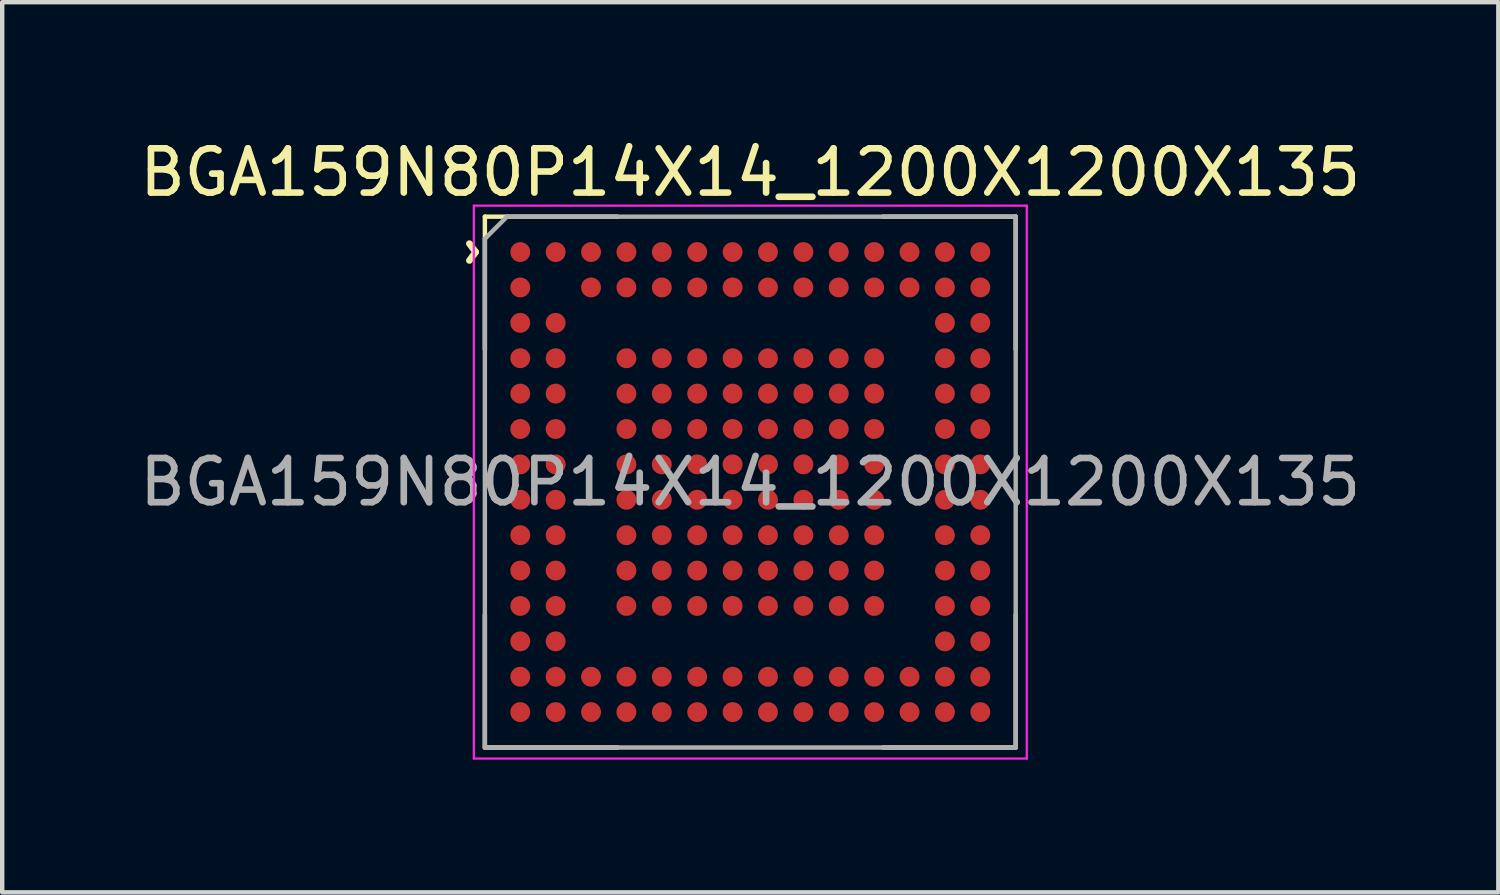
<source format=kicad_pcb>
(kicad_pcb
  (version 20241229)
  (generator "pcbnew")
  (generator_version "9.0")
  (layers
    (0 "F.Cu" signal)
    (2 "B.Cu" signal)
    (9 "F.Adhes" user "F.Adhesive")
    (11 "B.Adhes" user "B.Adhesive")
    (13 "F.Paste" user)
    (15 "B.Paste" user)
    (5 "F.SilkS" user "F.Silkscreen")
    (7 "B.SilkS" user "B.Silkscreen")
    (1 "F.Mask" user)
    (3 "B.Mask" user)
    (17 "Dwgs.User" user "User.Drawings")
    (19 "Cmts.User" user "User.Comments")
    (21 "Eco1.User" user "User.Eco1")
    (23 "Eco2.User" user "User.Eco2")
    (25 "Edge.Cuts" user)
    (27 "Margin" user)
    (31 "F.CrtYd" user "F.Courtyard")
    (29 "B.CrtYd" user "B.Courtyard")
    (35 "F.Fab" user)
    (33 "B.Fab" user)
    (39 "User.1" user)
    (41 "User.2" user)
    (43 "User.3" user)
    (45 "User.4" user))
  (footprint "BGA159N80P14X14_1200X1200X135"
    (layer "F.Cu")
    (at 13.911 7.848)
    (property "Reference" "BGA159N80P14X14_1200X1200X135" (at 0 -7 0) (layer "F.SilkS") (effects (font (size 1 1) (thickness 0.15))))
    (attr smd)
    (fp_line (start -6 -6) (end -3 -6) (stroke (width 0.1) (type solid)) (layer "F.SilkS"))
    (fp_line (start -6 -3) (end -6 -6) (stroke (width 0.1) (type solid)) (layer "F.SilkS"))
    (fp_line (start -6 6) (end -6 3) (stroke (width 0.1) (type solid)) (layer "F.SilkS"))
    (fp_line (start -3 6) (end -6 6) (stroke (width 0.1) (type solid)) (layer "F.SilkS"))
    (fp_line (start 3 -6) (end 6 -6) (stroke (width 0.1) (type solid)) (layer "F.SilkS"))
    (fp_line (start 6 -6) (end 6 -3) (stroke (width 0.1) (type solid)) (layer "F.SilkS"))
    (fp_line (start 6 3) (end 6 6) (stroke (width 0.1) (type solid)) (layer "F.SilkS"))
    (fp_line (start 6 6) (end 3 6) (stroke (width 0.1) (type solid)) (layer "F.SilkS"))
    (fp_line (start -6.25 -6.25) (end 6.25 -6.25) (stroke (width 0.05) (type solid)) (layer "F.CrtYd"))
    (fp_line (start -6.25 6.25) (end -6.25 -6.25) (stroke (width 0.05) (type solid)) (layer "F.CrtYd"))
    (fp_line (start 6.25 -6.25) (end 6.25 6.25) (stroke (width 0.05) (type solid)) (layer "F.CrtYd"))
    (fp_line (start 6.25 6.25) (end -6.25 6.25) (stroke (width 0.05) (type solid)) (layer "F.CrtYd"))
    (fp_line (start -6 -5.5) (end -5.5 -6) (stroke (width 0.1) (type solid)) (layer "F.Fab"))
    (fp_line (start -6 6) (end -6 -5.5) (stroke (width 0.1) (type solid)) (layer "F.Fab"))
    (fp_line (start -5.5 -6) (end 6 -6) (stroke (width 0.1) (type solid)) (layer "F.Fab"))
    (fp_line (start 6 -6) (end 6 6) (stroke (width 0.1) (type solid)) (layer "F.Fab"))
    (fp_line (start 6 6) (end -6 6) (stroke (width 0.1) (type solid)) (layer "F.Fab"))
    (fp_text user "^" (at -6.8 -5.2 270) (unlocked yes) (layer "F.SilkS") (effects (font (size 1 1) (thickness 0.15))))
    (fp_text user "${REFERENCE}" (at 0 0 0) (unlocked yes) (layer "F.Fab") (effects (font (size 1 1) (thickness 0.15))))
    (pad "A1" smd circle (at -5.2 -5.2) (size 0.45 0.45) (layers "F.Cu" "F.Mask" "F.Paste"))
    (pad "A2" smd circle (at -4.4 -5.2) (size 0.45 0.45) (layers "F.Cu" "F.Mask" "F.Paste"))
    (pad "A3" smd circle (at -3.6 -5.2) (size 0.45 0.45) (layers "F.Cu" "F.Mask" "F.Paste"))
    (pad "A4" smd circle (at -2.8 -5.2) (size 0.45 0.45) (layers "F.Cu" "F.Mask" "F.Paste"))
    (pad "A5" smd circle (at -2 -5.2) (size 0.45 0.45) (layers "F.Cu" "F.Mask" "F.Paste"))
    (pad "A6" smd circle (at -1.2 -5.2) (size 0.45 0.45) (layers "F.Cu" "F.Mask" "F.Paste"))
    (pad "A7" smd circle (at -0.4 -5.2) (size 0.45 0.45) (layers "F.Cu" "F.Mask" "F.Paste"))
    (pad "A8" smd circle (at 0.4 -5.2) (size 0.45 0.45) (layers "F.Cu" "F.Mask" "F.Paste"))
    (pad "A9" smd circle (at 1.2 -5.2) (size 0.45 0.45) (layers "F.Cu" "F.Mask" "F.Paste"))
    (pad "A10" smd circle (at 2 -5.2) (size 0.45 0.45) (layers "F.Cu" "F.Mask" "F.Paste"))
    (pad "A11" smd circle (at 2.8 -5.2) (size 0.45 0.45) (layers "F.Cu" "F.Mask" "F.Paste"))
    (pad "A12" smd circle (at 3.6 -5.2) (size 0.45 0.45) (layers "F.Cu" "F.Mask" "F.Paste"))
    (pad "A13" smd circle (at 4.4 -5.2) (size 0.45 0.45) (layers "F.Cu" "F.Mask" "F.Paste"))
    (pad "A14" smd circle (at 5.2 -5.2) (size 0.45 0.45) (layers "F.Cu" "F.Mask" "F.Paste"))
    (pad "B1" smd circle (at -5.2 -4.4) (size 0.45 0.45) (layers "F.Cu" "F.Mask" "F.Paste"))
    (pad "B3" smd circle (at -3.6 -4.4) (size 0.45 0.45) (layers "F.Cu" "F.Mask" "F.Paste"))
    (pad "B4" smd circle (at -2.8 -4.4) (size 0.45 0.45) (layers "F.Cu" "F.Mask" "F.Paste"))
    (pad "B5" smd circle (at -2 -4.4) (size 0.45 0.45) (layers "F.Cu" "F.Mask" "F.Paste"))
    (pad "B6" smd circle (at -1.2 -4.4) (size 0.45 0.45) (layers "F.Cu" "F.Mask" "F.Paste"))
    (pad "B7" smd circle (at -0.4 -4.4) (size 0.45 0.45) (layers "F.Cu" "F.Mask" "F.Paste"))
    (pad "B8" smd circle (at 0.4 -4.4) (size 0.45 0.45) (layers "F.Cu" "F.Mask" "F.Paste"))
    (pad "B9" smd circle (at 1.2 -4.4) (size 0.45 0.45) (layers "F.Cu" "F.Mask" "F.Paste"))
    (pad "B10" smd circle (at 2 -4.4) (size 0.45 0.45) (layers "F.Cu" "F.Mask" "F.Paste"))
    (pad "B11" smd circle (at 2.8 -4.4) (size 0.45 0.45) (layers "F.Cu" "F.Mask" "F.Paste"))
    (pad "B12" smd circle (at 3.6 -4.4) (size 0.45 0.45) (layers "F.Cu" "F.Mask" "F.Paste"))
    (pad "B13" smd circle (at 4.4 -4.4) (size 0.45 0.45) (layers "F.Cu" "F.Mask" "F.Paste"))
    (pad "B14" smd circle (at 5.2 -4.4) (size 0.45 0.45) (layers "F.Cu" "F.Mask" "F.Paste"))
    (pad "C1" smd circle (at -5.2 -3.6) (size 0.45 0.45) (layers "F.Cu" "F.Mask" "F.Paste"))
    (pad "C2" smd circle (at -4.4 -3.6) (size 0.45 0.45) (layers "F.Cu" "F.Mask" "F.Paste"))
    (pad "C13" smd circle (at 4.4 -3.6) (size 0.45 0.45) (layers "F.Cu" "F.Mask" "F.Paste"))
    (pad "C14" smd circle (at 5.2 -3.6) (size 0.45 0.45) (layers "F.Cu" "F.Mask" "F.Paste"))
    (pad "D1" smd circle (at -5.2 -2.8) (size 0.45 0.45) (layers "F.Cu" "F.Mask" "F.Paste"))
    (pad "D2" smd circle (at -4.4 -2.8) (size 0.45 0.45) (layers "F.Cu" "F.Mask" "F.Paste"))
    (pad "D4" smd circle (at -2.8 -2.8) (size 0.45 0.45) (layers "F.Cu" "F.Mask" "F.Paste"))
    (pad "D5" smd circle (at -2 -2.8) (size 0.45 0.45) (layers "F.Cu" "F.Mask" "F.Paste"))
    (pad "D6" smd circle (at -1.2 -2.8) (size 0.45 0.45) (layers "F.Cu" "F.Mask" "F.Paste"))
    (pad "D7" smd circle (at -0.4 -2.8) (size 0.45 0.45) (layers "F.Cu" "F.Mask" "F.Paste"))
    (pad "D8" smd circle (at 0.4 -2.8) (size 0.45 0.45) (layers "F.Cu" "F.Mask" "F.Paste"))
    (pad "D9" smd circle (at 1.2 -2.8) (size 0.45 0.45) (layers "F.Cu" "F.Mask" "F.Paste"))
    (pad "D10" smd circle (at 2 -2.8) (size 0.45 0.45) (layers "F.Cu" "F.Mask" "F.Paste"))
    (pad "D11" smd circle (at 2.8 -2.8) (size 0.45 0.45) (layers "F.Cu" "F.Mask" "F.Paste"))
    (pad "D13" smd circle (at 4.4 -2.8) (size 0.45 0.45) (layers "F.Cu" "F.Mask" "F.Paste"))
    (pad "D14" smd circle (at 5.2 -2.8) (size 0.45 0.45) (layers "F.Cu" "F.Mask" "F.Paste"))
    (pad "E1" smd circle (at -5.2 -2) (size 0.45 0.45) (layers "F.Cu" "F.Mask" "F.Paste"))
    (pad "E2" smd circle (at -4.4 -2) (size 0.45 0.45) (layers "F.Cu" "F.Mask" "F.Paste"))
    (pad "E4" smd circle (at -2.8 -2) (size 0.45 0.45) (layers "F.Cu" "F.Mask" "F.Paste"))
    (pad "E5" smd circle (at -2 -2) (size 0.45 0.45) (layers "F.Cu" "F.Mask" "F.Paste"))
    (pad "E6" smd circle (at -1.2 -2) (size 0.45 0.45) (layers "F.Cu" "F.Mask" "F.Paste"))
    (pad "E7" smd circle (at -0.4 -2) (size 0.45 0.45) (layers "F.Cu" "F.Mask" "F.Paste"))
    (pad "E8" smd circle (at 0.4 -2) (size 0.45 0.45) (layers "F.Cu" "F.Mask" "F.Paste"))
    (pad "E9" smd circle (at 1.2 -2) (size 0.45 0.45) (layers "F.Cu" "F.Mask" "F.Paste"))
    (pad "E10" smd circle (at 2 -2) (size 0.45 0.45) (layers "F.Cu" "F.Mask" "F.Paste"))
    (pad "E11" smd circle (at 2.8 -2) (size 0.45 0.45) (layers "F.Cu" "F.Mask" "F.Paste"))
    (pad "E13" smd circle (at 4.4 -2) (size 0.45 0.45) (layers "F.Cu" "F.Mask" "F.Paste"))
    (pad "E14" smd circle (at 5.2 -2) (size 0.45 0.45) (layers "F.Cu" "F.Mask" "F.Paste"))
    (pad "F1" smd circle (at -5.2 -1.2) (size 0.45 0.45) (layers "F.Cu" "F.Mask" "F.Paste"))
    (pad "F2" smd circle (at -4.4 -1.2) (size 0.45 0.45) (layers "F.Cu" "F.Mask" "F.Paste"))
    (pad "F4" smd circle (at -2.8 -1.2) (size 0.45 0.45) (layers "F.Cu" "F.Mask" "F.Paste"))
    (pad "F5" smd circle (at -2 -1.2) (size 0.45 0.45) (layers "F.Cu" "F.Mask" "F.Paste"))
    (pad "F6" smd circle (at -1.2 -1.2) (size 0.45 0.45) (layers "F.Cu" "F.Mask" "F.Paste"))
    (pad "F7" smd circle (at -0.4 -1.2) (size 0.45 0.45) (layers "F.Cu" "F.Mask" "F.Paste"))
    (pad "F8" smd circle (at 0.4 -1.2) (size 0.45 0.45) (layers "F.Cu" "F.Mask" "F.Paste"))
    (pad "F9" smd circle (at 1.2 -1.2) (size 0.45 0.45) (layers "F.Cu" "F.Mask" "F.Paste"))
    (pad "F10" smd circle (at 2 -1.2) (size 0.45 0.45) (layers "F.Cu" "F.Mask" "F.Paste"))
    (pad "F11" smd circle (at 2.8 -1.2) (size 0.45 0.45) (layers "F.Cu" "F.Mask" "F.Paste"))
    (pad "F13" smd circle (at 4.4 -1.2) (size 0.45 0.45) (layers "F.Cu" "F.Mask" "F.Paste"))
    (pad "F14" smd circle (at 5.2 -1.2) (size 0.45 0.45) (layers "F.Cu" "F.Mask" "F.Paste"))
    (pad "G1" smd circle (at -5.2 -0.4) (size 0.45 0.45) (layers "F.Cu" "F.Mask" "F.Paste"))
    (pad "G2" smd circle (at -4.4 -0.4) (size 0.45 0.45) (layers "F.Cu" "F.Mask" "F.Paste"))
    (pad "G4" smd circle (at -2.8 -0.4) (size 0.45 0.45) (layers "F.Cu" "F.Mask" "F.Paste"))
    (pad "G5" smd circle (at -2 -0.4) (size 0.45 0.45) (layers "F.Cu" "F.Mask" "F.Paste"))
    (pad "G6" smd circle (at -1.2 -0.4) (size 0.45 0.45) (layers "F.Cu" "F.Mask" "F.Paste"))
    (pad "G7" smd circle (at -0.4 -0.4) (size 0.45 0.45) (layers "F.Cu" "F.Mask" "F.Paste"))
    (pad "G8" smd circle (at 0.4 -0.4) (size 0.45 0.45) (layers "F.Cu" "F.Mask" "F.Paste"))
    (pad "G9" smd circle (at 1.2 -0.4) (size 0.45 0.45) (layers "F.Cu" "F.Mask" "F.Paste"))
    (pad "G10" smd circle (at 2 -0.4) (size 0.45 0.45) (layers "F.Cu" "F.Mask" "F.Paste"))
    (pad "G11" smd circle (at 2.8 -0.4) (size 0.45 0.45) (layers "F.Cu" "F.Mask" "F.Paste"))
    (pad "G13" smd circle (at 4.4 -0.4) (size 0.45 0.45) (layers "F.Cu" "F.Mask" "F.Paste"))
    (pad "G14" smd circle (at 5.2 -0.4) (size 0.45 0.45) (layers "F.Cu" "F.Mask" "F.Paste"))
    (pad "H1" smd circle (at -5.2 0.4) (size 0.45 0.45) (layers "F.Cu" "F.Mask" "F.Paste"))
    (pad "H2" smd circle (at -4.4 0.4) (size 0.45 0.45) (layers "F.Cu" "F.Mask" "F.Paste"))
    (pad "H4" smd circle (at -2.8 0.4) (size 0.45 0.45) (layers "F.Cu" "F.Mask" "F.Paste"))
    (pad "H5" smd circle (at -2 0.4) (size 0.45 0.45) (layers "F.Cu" "F.Mask" "F.Paste"))
    (pad "H6" smd circle (at -1.2 0.4) (size 0.45 0.45) (layers "F.Cu" "F.Mask" "F.Paste"))
    (pad "H7" smd circle (at -0.4 0.4) (size 0.45 0.45) (layers "F.Cu" "F.Mask" "F.Paste"))
    (pad "H8" smd circle (at 0.4 0.4) (size 0.45 0.45) (layers "F.Cu" "F.Mask" "F.Paste"))
    (pad "H9" smd circle (at 1.2 0.4) (size 0.45 0.45) (layers "F.Cu" "F.Mask" "F.Paste"))
    (pad "H10" smd circle (at 2 0.4) (size 0.45 0.45) (layers "F.Cu" "F.Mask" "F.Paste"))
    (pad "H11" smd circle (at 2.8 0.4) (size 0.45 0.45) (layers "F.Cu" "F.Mask" "F.Paste"))
    (pad "H13" smd circle (at 4.4 0.4) (size 0.45 0.45) (layers "F.Cu" "F.Mask" "F.Paste"))
    (pad "H14" smd circle (at 5.2 0.4) (size 0.45 0.45) (layers "F.Cu" "F.Mask" "F.Paste"))
    (pad "J1" smd circle (at -5.2 1.2) (size 0.45 0.45) (layers "F.Cu" "F.Mask" "F.Paste"))
    (pad "J2" smd circle (at -4.4 1.2) (size 0.45 0.45) (layers "F.Cu" "F.Mask" "F.Paste"))
    (pad "J4" smd circle (at -2.8 1.2) (size 0.45 0.45) (layers "F.Cu" "F.Mask" "F.Paste"))
    (pad "J5" smd circle (at -2 1.2) (size 0.45 0.45) (layers "F.Cu" "F.Mask" "F.Paste"))
    (pad "J6" smd circle (at -1.2 1.2) (size 0.45 0.45) (layers "F.Cu" "F.Mask" "F.Paste"))
    (pad "J7" smd circle (at -0.4 1.2) (size 0.45 0.45) (layers "F.Cu" "F.Mask" "F.Paste"))
    (pad "J8" smd circle (at 0.4 1.2) (size 0.45 0.45) (layers "F.Cu" "F.Mask" "F.Paste"))
    (pad "J9" smd circle (at 1.2 1.2) (size 0.45 0.45) (layers "F.Cu" "F.Mask" "F.Paste"))
    (pad "J10" smd circle (at 2 1.2) (size 0.45 0.45) (layers "F.Cu" "F.Mask" "F.Paste"))
    (pad "J11" smd circle (at 2.8 1.2) (size 0.45 0.45) (layers "F.Cu" "F.Mask" "F.Paste"))
    (pad "J13" smd circle (at 4.4 1.2) (size 0.45 0.45) (layers "F.Cu" "F.Mask" "F.Paste"))
    (pad "J14" smd circle (at 5.2 1.2) (size 0.45 0.45) (layers "F.Cu" "F.Mask" "F.Paste"))
    (pad "K1" smd circle (at -5.2 2) (size 0.45 0.45) (layers "F.Cu" "F.Mask" "F.Paste"))
    (pad "K2" smd circle (at -4.4 2) (size 0.45 0.45) (layers "F.Cu" "F.Mask" "F.Paste"))
    (pad "K4" smd circle (at -2.8 2) (size 0.45 0.45) (layers "F.Cu" "F.Mask" "F.Paste"))
    (pad "K5" smd circle (at -2 2) (size 0.45 0.45) (layers "F.Cu" "F.Mask" "F.Paste"))
    (pad "K6" smd circle (at -1.2 2) (size 0.45 0.45) (layers "F.Cu" "F.Mask" "F.Paste"))
    (pad "K7" smd circle (at -0.4 2) (size 0.45 0.45) (layers "F.Cu" "F.Mask" "F.Paste"))
    (pad "K8" smd circle (at 0.4 2) (size 0.45 0.45) (layers "F.Cu" "F.Mask" "F.Paste"))
    (pad "K9" smd circle (at 1.2 2) (size 0.45 0.45) (layers "F.Cu" "F.Mask" "F.Paste"))
    (pad "K10" smd circle (at 2 2) (size 0.45 0.45) (layers "F.Cu" "F.Mask" "F.Paste"))
    (pad "K11" smd circle (at 2.8 2) (size 0.45 0.45) (layers "F.Cu" "F.Mask" "F.Paste"))
    (pad "K13" smd circle (at 4.4 2) (size 0.45 0.45) (layers "F.Cu" "F.Mask" "F.Paste"))
    (pad "K14" smd circle (at 5.2 2) (size 0.45 0.45) (layers "F.Cu" "F.Mask" "F.Paste"))
    (pad "L1" smd circle (at -5.2 2.8) (size 0.45 0.45) (layers "F.Cu" "F.Mask" "F.Paste"))
    (pad "L2" smd circle (at -4.4 2.8) (size 0.45 0.45) (layers "F.Cu" "F.Mask" "F.Paste"))
    (pad "L4" smd circle (at -2.8 2.8) (size 0.45 0.45) (layers "F.Cu" "F.Mask" "F.Paste"))
    (pad "L5" smd circle (at -2 2.8) (size 0.45 0.45) (layers "F.Cu" "F.Mask" "F.Paste"))
    (pad "L6" smd circle (at -1.2 2.8) (size 0.45 0.45) (layers "F.Cu" "F.Mask" "F.Paste"))
    (pad "L7" smd circle (at -0.4 2.8) (size 0.45 0.45) (layers "F.Cu" "F.Mask" "F.Paste"))
    (pad "L8" smd circle (at 0.4 2.8) (size 0.45 0.45) (layers "F.Cu" "F.Mask" "F.Paste"))
    (pad "L9" smd circle (at 1.2 2.8) (size 0.45 0.45) (layers "F.Cu" "F.Mask" "F.Paste"))
    (pad "L10" smd circle (at 2 2.8) (size 0.45 0.45) (layers "F.Cu" "F.Mask" "F.Paste"))
    (pad "L11" smd circle (at 2.8 2.8) (size 0.45 0.45) (layers "F.Cu" "F.Mask" "F.Paste"))
    (pad "L13" smd circle (at 4.4 2.8) (size 0.45 0.45) (layers "F.Cu" "F.Mask" "F.Paste"))
    (pad "L14" smd circle (at 5.2 2.8) (size 0.45 0.45) (layers "F.Cu" "F.Mask" "F.Paste"))
    (pad "M1" smd circle (at -5.2 3.6) (size 0.45 0.45) (layers "F.Cu" "F.Mask" "F.Paste"))
    (pad "M2" smd circle (at -4.4 3.6) (size 0.45 0.45) (layers "F.Cu" "F.Mask" "F.Paste"))
    (pad "M13" smd circle (at 4.4 3.6) (size 0.45 0.45) (layers "F.Cu" "F.Mask" "F.Paste"))
    (pad "M14" smd circle (at 5.2 3.6) (size 0.45 0.45) (layers "F.Cu" "F.Mask" "F.Paste"))
    (pad "N1" smd circle (at -5.2 4.4) (size 0.45 0.45) (layers "F.Cu" "F.Mask" "F.Paste"))
    (pad "N2" smd circle (at -4.4 4.4) (size 0.45 0.45) (layers "F.Cu" "F.Mask" "F.Paste"))
    (pad "N3" smd circle (at -3.6 4.4) (size 0.45 0.45) (layers "F.Cu" "F.Mask" "F.Paste"))
    (pad "N4" smd circle (at -2.8 4.4) (size 0.45 0.45) (layers "F.Cu" "F.Mask" "F.Paste"))
    (pad "N5" smd circle (at -2 4.4) (size 0.45 0.45) (layers "F.Cu" "F.Mask" "F.Paste"))
    (pad "N6" smd circle (at -1.2 4.4) (size 0.45 0.45) (layers "F.Cu" "F.Mask" "F.Paste"))
    (pad "N7" smd circle (at -0.4 4.4) (size 0.45 0.45) (layers "F.Cu" "F.Mask" "F.Paste"))
    (pad "N8" smd circle (at 0.4 4.4) (size 0.45 0.45) (layers "F.Cu" "F.Mask" "F.Paste"))
    (pad "N9" smd circle (at 1.2 4.4) (size 0.45 0.45) (layers "F.Cu" "F.Mask" "F.Paste"))
    (pad "N10" smd circle (at 2 4.4) (size 0.45 0.45) (layers "F.Cu" "F.Mask" "F.Paste"))
    (pad "N11" smd circle (at 2.8 4.4) (size 0.45 0.45) (layers "F.Cu" "F.Mask" "F.Paste"))
    (pad "N12" smd circle (at 3.6 4.4) (size 0.45 0.45) (layers "F.Cu" "F.Mask" "F.Paste"))
    (pad "N13" smd circle (at 4.4 4.4) (size 0.45 0.45) (layers "F.Cu" "F.Mask" "F.Paste"))
    (pad "N14" smd circle (at 5.2 4.4) (size 0.45 0.45) (layers "F.Cu" "F.Mask" "F.Paste"))
    (pad "P1" smd circle (at -5.2 5.2) (size 0.45 0.45) (layers "F.Cu" "F.Mask" "F.Paste"))
    (pad "P2" smd circle (at -4.4 5.2) (size 0.45 0.45) (layers "F.Cu" "F.Mask" "F.Paste"))
    (pad "P3" smd circle (at -3.6 5.2) (size 0.45 0.45) (layers "F.Cu" "F.Mask" "F.Paste"))
    (pad "P4" smd circle (at -2.8 5.2) (size 0.45 0.45) (layers "F.Cu" "F.Mask" "F.Paste"))
    (pad "P5" smd circle (at -2 5.2) (size 0.45 0.45) (layers "F.Cu" "F.Mask" "F.Paste"))
    (pad "P6" smd circle (at -1.2 5.2) (size 0.45 0.45) (layers "F.Cu" "F.Mask" "F.Paste"))
    (pad "P7" smd circle (at -0.4 5.2) (size 0.45 0.45) (layers "F.Cu" "F.Mask" "F.Paste"))
    (pad "P8" smd circle (at 0.4 5.2) (size 0.45 0.45) (layers "F.Cu" "F.Mask" "F.Paste"))
    (pad "P9" smd circle (at 1.2 5.2) (size 0.45 0.45) (layers "F.Cu" "F.Mask" "F.Paste"))
    (pad "P10" smd circle (at 2 5.2) (size 0.45 0.45) (layers "F.Cu" "F.Mask" "F.Paste"))
    (pad "P11" smd circle (at 2.8 5.2) (size 0.45 0.45) (layers "F.Cu" "F.Mask" "F.Paste"))
    (pad "P12" smd circle (at 3.6 5.2) (size 0.45 0.45) (layers "F.Cu" "F.Mask" "F.Paste"))
    (pad "P13" smd circle (at 4.4 5.2) (size 0.45 0.45) (layers "F.Cu" "F.Mask" "F.Paste"))
    (pad "P14" smd circle (at 5.2 5.2) (size 0.45 0.45) (layers "F.Cu" "F.Mask" "F.Paste")))
  (gr_rect
    (start -3 -3)
    (end 30.821 17.123)
    (stroke (width 0.1) (type default))
    (fill no)
    (layer "Edge.Cuts")))
</source>
